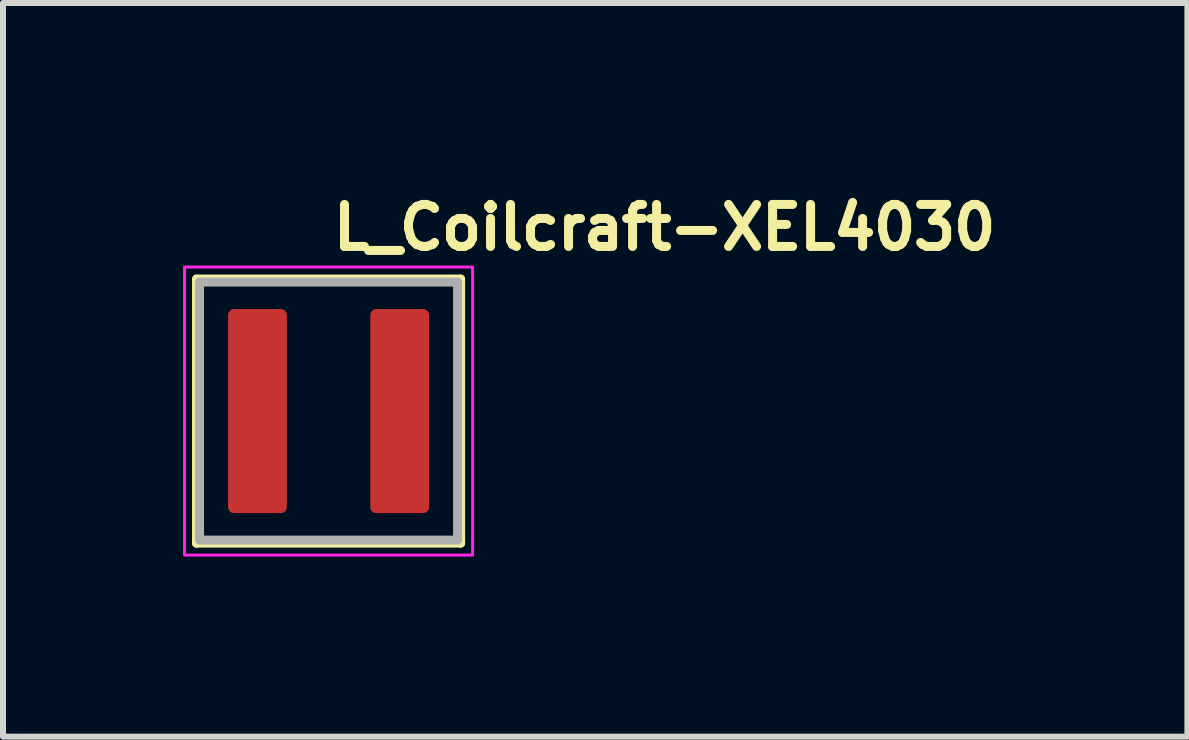
<source format=kicad_pcb>
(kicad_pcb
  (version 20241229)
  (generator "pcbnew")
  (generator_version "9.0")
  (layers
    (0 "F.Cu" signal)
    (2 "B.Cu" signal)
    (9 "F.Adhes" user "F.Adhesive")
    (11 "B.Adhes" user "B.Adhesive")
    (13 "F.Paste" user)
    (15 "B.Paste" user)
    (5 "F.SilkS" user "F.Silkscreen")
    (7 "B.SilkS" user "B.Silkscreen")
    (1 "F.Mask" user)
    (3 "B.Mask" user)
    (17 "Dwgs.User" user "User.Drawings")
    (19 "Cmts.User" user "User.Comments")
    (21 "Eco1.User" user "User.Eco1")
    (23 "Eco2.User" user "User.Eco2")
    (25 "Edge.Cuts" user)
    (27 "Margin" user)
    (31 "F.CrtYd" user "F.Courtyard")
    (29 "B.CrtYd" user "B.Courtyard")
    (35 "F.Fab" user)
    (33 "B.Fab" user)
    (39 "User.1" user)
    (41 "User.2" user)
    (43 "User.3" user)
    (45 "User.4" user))
  (footprint "L_Coilcraft-XEL4030"
    (layer "F.Cu")
    (at 2.425 3.8)
    (property "Reference" "L_Coilcraft-XEL4030" (at 0 -2.65 0) (layer "F.SilkS") (effects (font (size 0.7 0.7) (thickness 0.15)) (justify left bottom)))
    (attr smd)
    (fp_line (start -2.2 -2.2) (end 2.2 -2.2) (stroke (width 0.15) (type solid)) (layer "F.SilkS"))
    (fp_line (start -2.2 2.2) (end -2.2 -2.2) (stroke (width 0.15) (type solid)) (layer "F.SilkS"))
    (fp_line (start -2.2 2.2) (end 2.2 2.2) (stroke (width 0.15) (type solid)) (layer "F.SilkS"))
    (fp_line (start 2.2 2.2) (end 2.2 -2.2) (stroke (width 0.15) (type solid)) (layer "F.SilkS"))
    (fp_rect (start -2.4 -2.4) (end 2.4 2.4) (stroke (width 0.05) (type solid)) (fill no) (layer "F.CrtYd"))
    (fp_rect (start -2.15 -2.15) (end 2.15 2.15) (stroke (width 0.15) (type solid)) (fill no) (layer "F.Fab"))
    (fp_rect (start -2.15 -2.15) (end 2.15 2.15) (stroke (width 0.15) (type solid)) (fill no) (layer "User.5"))
    (fp_line (start -2.15 -2.15) (end -2.15 2.148) (stroke (width 0.02) (type solid)) (layer "User.9"))
    (fp_line (start -2.15 2.148) (end 2.148 2.148) (stroke (width 0.02) (type solid)) (layer "User.9"))
    (fp_line (start -1.903 -1.873) (end -1.657 -1.873) (stroke (width 0.02) (type solid)) (layer "User.9"))
    (fp_line (start -1.903 1.87) (end -1.903 -1.873) (stroke (width 0.02) (type solid)) (layer "User.9"))
    (fp_line (start -1.657 -1.873) (end -1.657 1.87) (stroke (width 0.02) (type solid)) (layer "User.9"))
    (fp_line (start -1.657 1.87) (end -1.903 1.87) (stroke (width 0.02) (type solid)) (layer "User.9"))
    (fp_line (start 2.148 -2.15) (end -2.15 -2.15) (stroke (width 0.02) (type solid)) (layer "User.9"))
    (fp_line (start 2.148 2.148) (end 2.148 -2.15) (stroke (width 0.02) (type solid)) (layer "User.9"))
    (pad "1" smd roundrect (at -1.185 0) (size 0.98 3.4) (layers "F.Cu" "F.Mask" "F.Paste") (roundrect_rratio 0.1))
    (pad "2" smd roundrect (at 1.185 0) (size 0.98 3.4) (layers "F.Cu" "F.Mask" "F.Paste") (roundrect_rratio 0.1)))
  (gr_rect
    (start -3 -3)
    (end 16.735 9.225)
    (stroke (width 0.1) (type default))
    (fill no)
    (layer "Edge.Cuts")))
</source>
